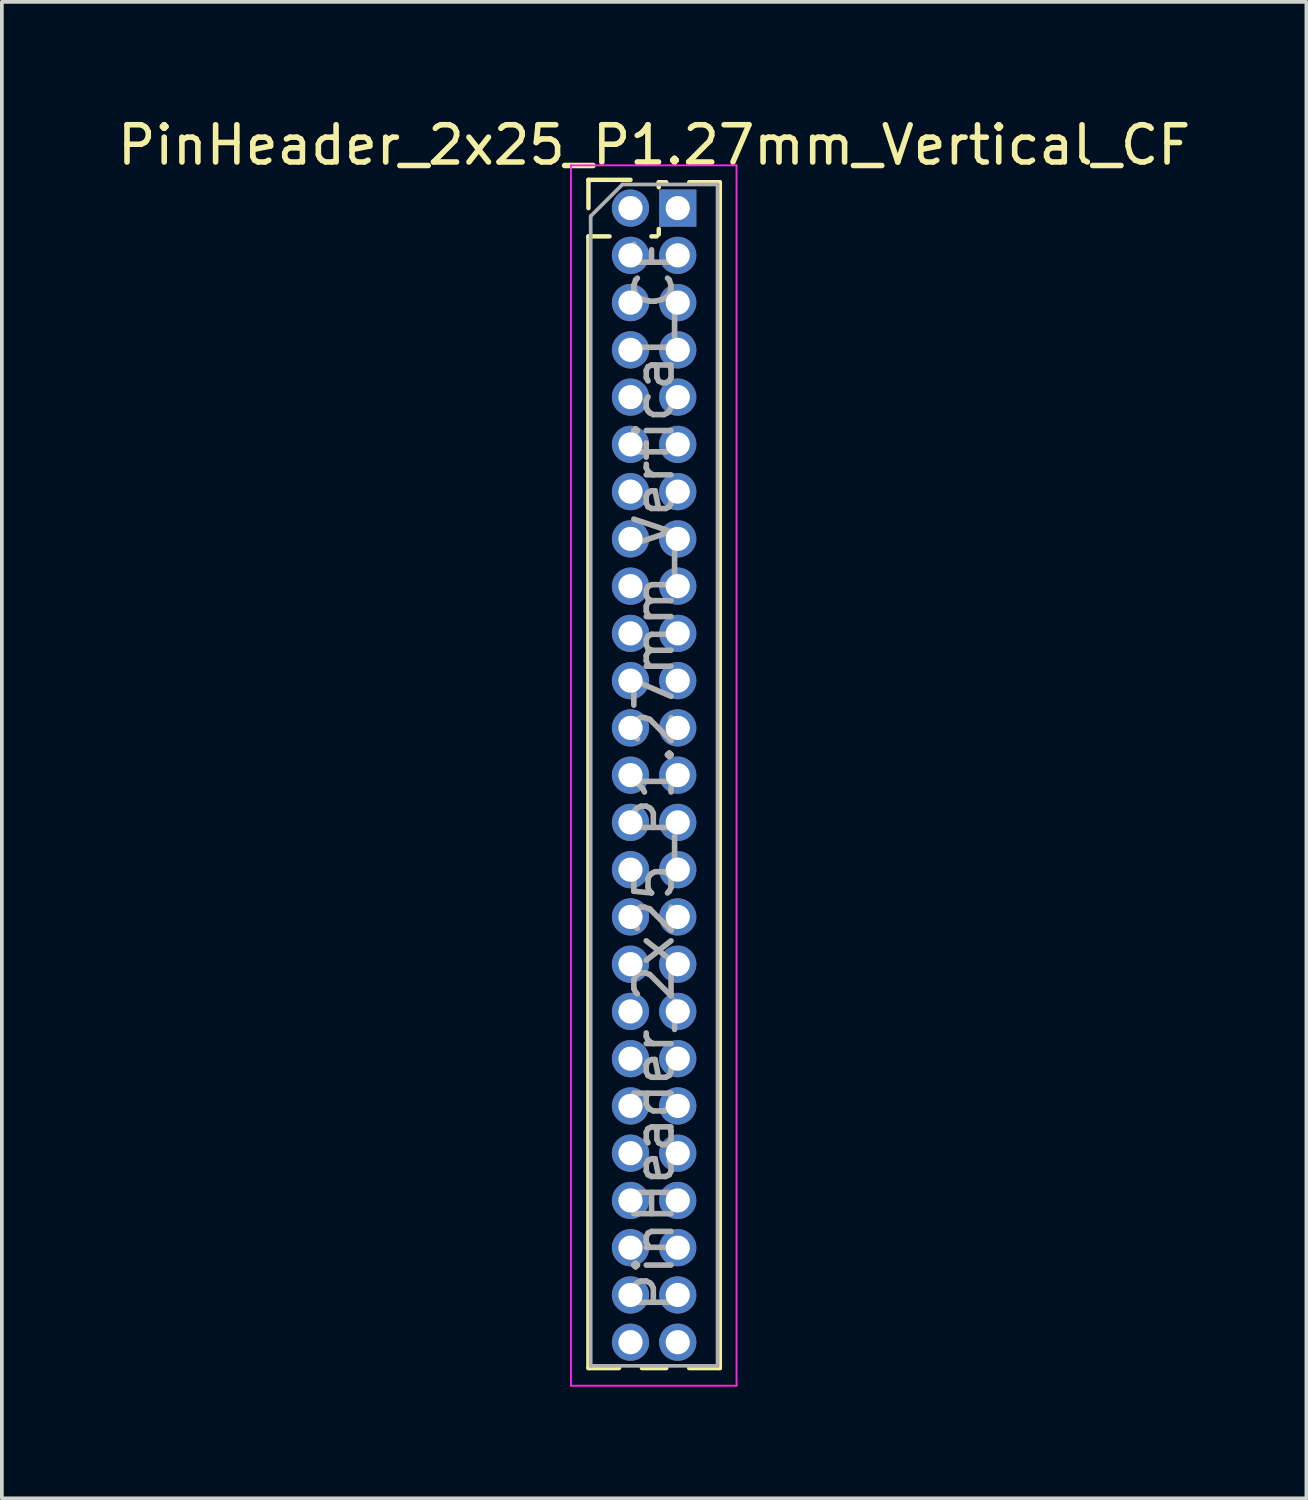
<source format=kicad_pcb>
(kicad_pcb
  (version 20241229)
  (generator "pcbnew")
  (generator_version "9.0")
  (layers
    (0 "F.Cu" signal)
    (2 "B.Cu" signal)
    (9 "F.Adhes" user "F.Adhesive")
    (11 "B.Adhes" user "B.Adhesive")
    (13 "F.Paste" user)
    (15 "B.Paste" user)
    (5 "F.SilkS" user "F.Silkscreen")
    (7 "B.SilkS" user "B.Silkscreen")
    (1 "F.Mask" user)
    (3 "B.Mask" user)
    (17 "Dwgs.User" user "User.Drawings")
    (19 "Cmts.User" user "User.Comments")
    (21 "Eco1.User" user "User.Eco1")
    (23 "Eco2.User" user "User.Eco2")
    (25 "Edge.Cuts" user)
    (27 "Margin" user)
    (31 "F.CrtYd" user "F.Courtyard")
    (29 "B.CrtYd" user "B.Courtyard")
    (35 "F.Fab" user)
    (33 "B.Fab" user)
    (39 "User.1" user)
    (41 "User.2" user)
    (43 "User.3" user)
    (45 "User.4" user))
  (footprint "PinHeader_2x25_P1.27mm_Vertical_CF"
    (layer "F.Cu")
    (at 13.895 2.543)
    (property "Reference" "PinHeader_2x25_P1.27mm_Vertical_CF" (at 0.635 -1.695 0) (layer "F.SilkS") (effects (font (size 1 1) (thickness 0.15))))
    (attr through_hole)
    (fp_line (start -1.13 -0.76) (end 0 -0.76) (stroke (width 0.12) (type solid)) (layer "F.SilkS"))
    (fp_line (start -1.13 0) (end -1.13 -0.76) (stroke (width 0.12) (type solid)) (layer "F.SilkS"))
    (fp_line (start -1.13 0.76) (end -1.13 31.175) (stroke (width 0.12) (type solid)) (layer "F.SilkS"))
    (fp_line (start -1.13 0.76) (end -0.563 0.76) (stroke (width 0.12) (type solid)) (layer "F.SilkS"))
    (fp_line (start -1.13 31.175) (end -0.308 31.175) (stroke (width 0.12) (type solid)) (layer "F.SilkS"))
    (fp_line (start 0.308 31.175) (end 0.962 31.175) (stroke (width 0.12) (type solid)) (layer "F.SilkS"))
    (fp_line (start 0.563 0.76) (end 0.707 0.76) (stroke (width 0.12) (type solid)) (layer "F.SilkS"))
    (fp_line (start 0.76 -0.695) (end 0.962 -0.695) (stroke (width 0.12) (type solid)) (layer "F.SilkS"))
    (fp_line (start 0.76 -0.563) (end 0.76 -0.695) (stroke (width 0.12) (type solid)) (layer "F.SilkS"))
    (fp_line (start 0.76 0.707) (end 0.76 0.563) (stroke (width 0.12) (type solid)) (layer "F.SilkS"))
    (fp_line (start 1.578 -0.695) (end 2.4 -0.695) (stroke (width 0.12) (type solid)) (layer "F.SilkS"))
    (fp_line (start 1.578 31.175) (end 2.4 31.175) (stroke (width 0.12) (type solid)) (layer "F.SilkS"))
    (fp_line (start 2.4 -0.695) (end 2.4 31.175) (stroke (width 0.12) (type solid)) (layer "F.SilkS"))
    (fp_line (start -1.6 -1.15) (end -1.6 31.65) (stroke (width 0.05) (type solid)) (layer "F.CrtYd"))
    (fp_line (start -1.6 31.65) (end 2.85 31.65) (stroke (width 0.05) (type solid)) (layer "F.CrtYd"))
    (fp_line (start 2.85 -1.15) (end -1.6 -1.15) (stroke (width 0.05) (type solid)) (layer "F.CrtYd"))
    (fp_line (start 2.85 31.65) (end 2.85 -1.15) (stroke (width 0.05) (type solid)) (layer "F.CrtYd"))
    (fp_line (start -1.07 0.217) (end -0.217 -0.635) (stroke (width 0.1) (type solid)) (layer "F.Fab"))
    (fp_line (start -1.07 31.115) (end -1.07 0.217) (stroke (width 0.1) (type solid)) (layer "F.Fab"))
    (fp_line (start -0.217 -0.635) (end 2.34 -0.635) (stroke (width 0.1) (type solid)) (layer "F.Fab"))
    (fp_line (start 2.34 -0.635) (end 2.34 31.115) (stroke (width 0.1) (type solid)) (layer "F.Fab"))
    (fp_line (start 2.34 31.115) (end -1.07 31.115) (stroke (width 0.1) (type solid)) (layer "F.Fab"))
    (fp_text user "${REFERENCE}" (at 0.635 15.24 90) (layer "F.Fab") (effects (font (size 1 1) (thickness 0.15))))
    (pad "1" thru_hole rect (at 1.27 0) (size 1 1) (drill 0.65) (layers "*.Cu" "*.Mask"))
    (pad "2" thru_hole oval (at 1.27 1.27) (size 1 1) (drill 0.65) (layers "*.Cu" "*.Mask"))
    (pad "3" thru_hole oval (at 1.27 2.54) (size 1 1) (drill 0.65) (layers "*.Cu" "*.Mask"))
    (pad "4" thru_hole oval (at 1.27 3.81) (size 1 1) (drill 0.65) (layers "*.Cu" "*.Mask"))
    (pad "5" thru_hole oval (at 1.27 5.08) (size 1 1) (drill 0.65) (layers "*.Cu" "*.Mask"))
    (pad "6" thru_hole oval (at 1.27 6.35) (size 1 1) (drill 0.65) (layers "*.Cu" "*.Mask"))
    (pad "7" thru_hole oval (at 1.27 7.62) (size 1 1) (drill 0.65) (layers "*.Cu" "*.Mask"))
    (pad "8" thru_hole oval (at 1.27 8.89) (size 1 1) (drill 0.65) (layers "*.Cu" "*.Mask"))
    (pad "9" thru_hole oval (at 1.27 10.16) (size 1 1) (drill 0.65) (layers "*.Cu" "*.Mask"))
    (pad "10" thru_hole oval (at 1.27 11.43) (size 1 1) (drill 0.65) (layers "*.Cu" "*.Mask"))
    (pad "11" thru_hole oval (at 1.27 12.7) (size 1 1) (drill 0.65) (layers "*.Cu" "*.Mask"))
    (pad "12" thru_hole oval (at 1.27 13.97) (size 1 1) (drill 0.65) (layers "*.Cu" "*.Mask"))
    (pad "13" thru_hole oval (at 1.27 15.24) (size 1 1) (drill 0.65) (layers "*.Cu" "*.Mask"))
    (pad "14" thru_hole oval (at 1.27 16.51) (size 1 1) (drill 0.65) (layers "*.Cu" "*.Mask"))
    (pad "15" thru_hole oval (at 1.27 17.78) (size 1 1) (drill 0.65) (layers "*.Cu" "*.Mask"))
    (pad "16" thru_hole oval (at 1.27 19.05) (size 1 1) (drill 0.65) (layers "*.Cu" "*.Mask"))
    (pad "17" thru_hole oval (at 1.27 20.32) (size 1 1) (drill 0.65) (layers "*.Cu" "*.Mask"))
    (pad "18" thru_hole oval (at 1.27 21.59) (size 1 1) (drill 0.65) (layers "*.Cu" "*.Mask"))
    (pad "19" thru_hole oval (at 1.27 22.86) (size 1 1) (drill 0.65) (layers "*.Cu" "*.Mask"))
    (pad "20" thru_hole oval (at 1.27 24.13) (size 1 1) (drill 0.65) (layers "*.Cu" "*.Mask"))
    (pad "21" thru_hole oval (at 1.27 25.4) (size 1 1) (drill 0.65) (layers "*.Cu" "*.Mask"))
    (pad "22" thru_hole oval (at 1.27 26.67) (size 1 1) (drill 0.65) (layers "*.Cu" "*.Mask"))
    (pad "23" thru_hole oval (at 1.27 27.94) (size 1 1) (drill 0.65) (layers "*.Cu" "*.Mask"))
    (pad "24" thru_hole oval (at 1.27 29.21) (size 1 1) (drill 0.65) (layers "*.Cu" "*.Mask"))
    (pad "25" thru_hole oval (at 1.27 30.48) (size 1 1) (drill 0.65) (layers "*.Cu" "*.Mask"))
    (pad "26" thru_hole oval (at 0 0) (size 1 1) (drill 0.65) (layers "*.Cu" "*.Mask"))
    (pad "27" thru_hole oval (at 0 1.27) (size 1 1) (drill 0.65) (layers "*.Cu" "*.Mask"))
    (pad "28" thru_hole oval (at 0 2.54) (size 1 1) (drill 0.65) (layers "*.Cu" "*.Mask"))
    (pad "29" thru_hole oval (at 0 3.81) (size 1 1) (drill 0.65) (layers "*.Cu" "*.Mask"))
    (pad "30" thru_hole oval (at 0 5.08) (size 1 1) (drill 0.65) (layers "*.Cu" "*.Mask"))
    (pad "31" thru_hole oval (at 0 6.35) (size 1 1) (drill 0.65) (layers "*.Cu" "*.Mask"))
    (pad "32" thru_hole oval (at 0 7.62) (size 1 1) (drill 0.65) (layers "*.Cu" "*.Mask"))
    (pad "33" thru_hole oval (at 0 8.89) (size 1 1) (drill 0.65) (layers "*.Cu" "*.Mask"))
    (pad "34" thru_hole oval (at 0 10.16) (size 1 1) (drill 0.65) (layers "*.Cu" "*.Mask"))
    (pad "35" thru_hole oval (at 0 11.43) (size 1 1) (drill 0.65) (layers "*.Cu" "*.Mask"))
    (pad "36" thru_hole oval (at 0 12.7) (size 1 1) (drill 0.65) (layers "*.Cu" "*.Mask"))
    (pad "37" thru_hole oval (at 0 13.97) (size 1 1) (drill 0.65) (layers "*.Cu" "*.Mask"))
    (pad "38" thru_hole oval (at 0 15.24) (size 1 1) (drill 0.65) (layers "*.Cu" "*.Mask"))
    (pad "39" thru_hole oval (at 0 16.51) (size 1 1) (drill 0.65) (layers "*.Cu" "*.Mask"))
    (pad "40" thru_hole oval (at 0 17.78) (size 1 1) (drill 0.65) (layers "*.Cu" "*.Mask"))
    (pad "41" thru_hole oval (at 0 19.05) (size 1 1) (drill 0.65) (layers "*.Cu" "*.Mask"))
    (pad "42" thru_hole oval (at 0 20.32) (size 1 1) (drill 0.65) (layers "*.Cu" "*.Mask"))
    (pad "43" thru_hole oval (at 0 21.59) (size 1 1) (drill 0.65) (layers "*.Cu" "*.Mask"))
    (pad "44" thru_hole oval (at 0 22.86) (size 1 1) (drill 0.65) (layers "*.Cu" "*.Mask"))
    (pad "45" thru_hole oval (at 0 24.13) (size 1 1) (drill 0.65) (layers "*.Cu" "*.Mask"))
    (pad "46" thru_hole oval (at 0 25.4) (size 1 1) (drill 0.65) (layers "*.Cu" "*.Mask"))
    (pad "47" thru_hole oval (at 0 26.67) (size 1 1) (drill 0.65) (layers "*.Cu" "*.Mask"))
    (pad "48" thru_hole oval (at 0 27.94) (size 1 1) (drill 0.65) (layers "*.Cu" "*.Mask"))
    (pad "49" thru_hole oval (at 0 29.21) (size 1 1) (drill 0.65) (layers "*.Cu" "*.Mask"))
    (pad "50" thru_hole oval (at 0 30.48) (size 1 1) (drill 0.65) (layers "*.Cu" "*.Mask")))
  (gr_rect
    (start -3 -3)
    (end 32.06 37.218)
    (stroke (width 0.1) (type default))
    (fill no)
    (layer "Edge.Cuts")))
</source>
